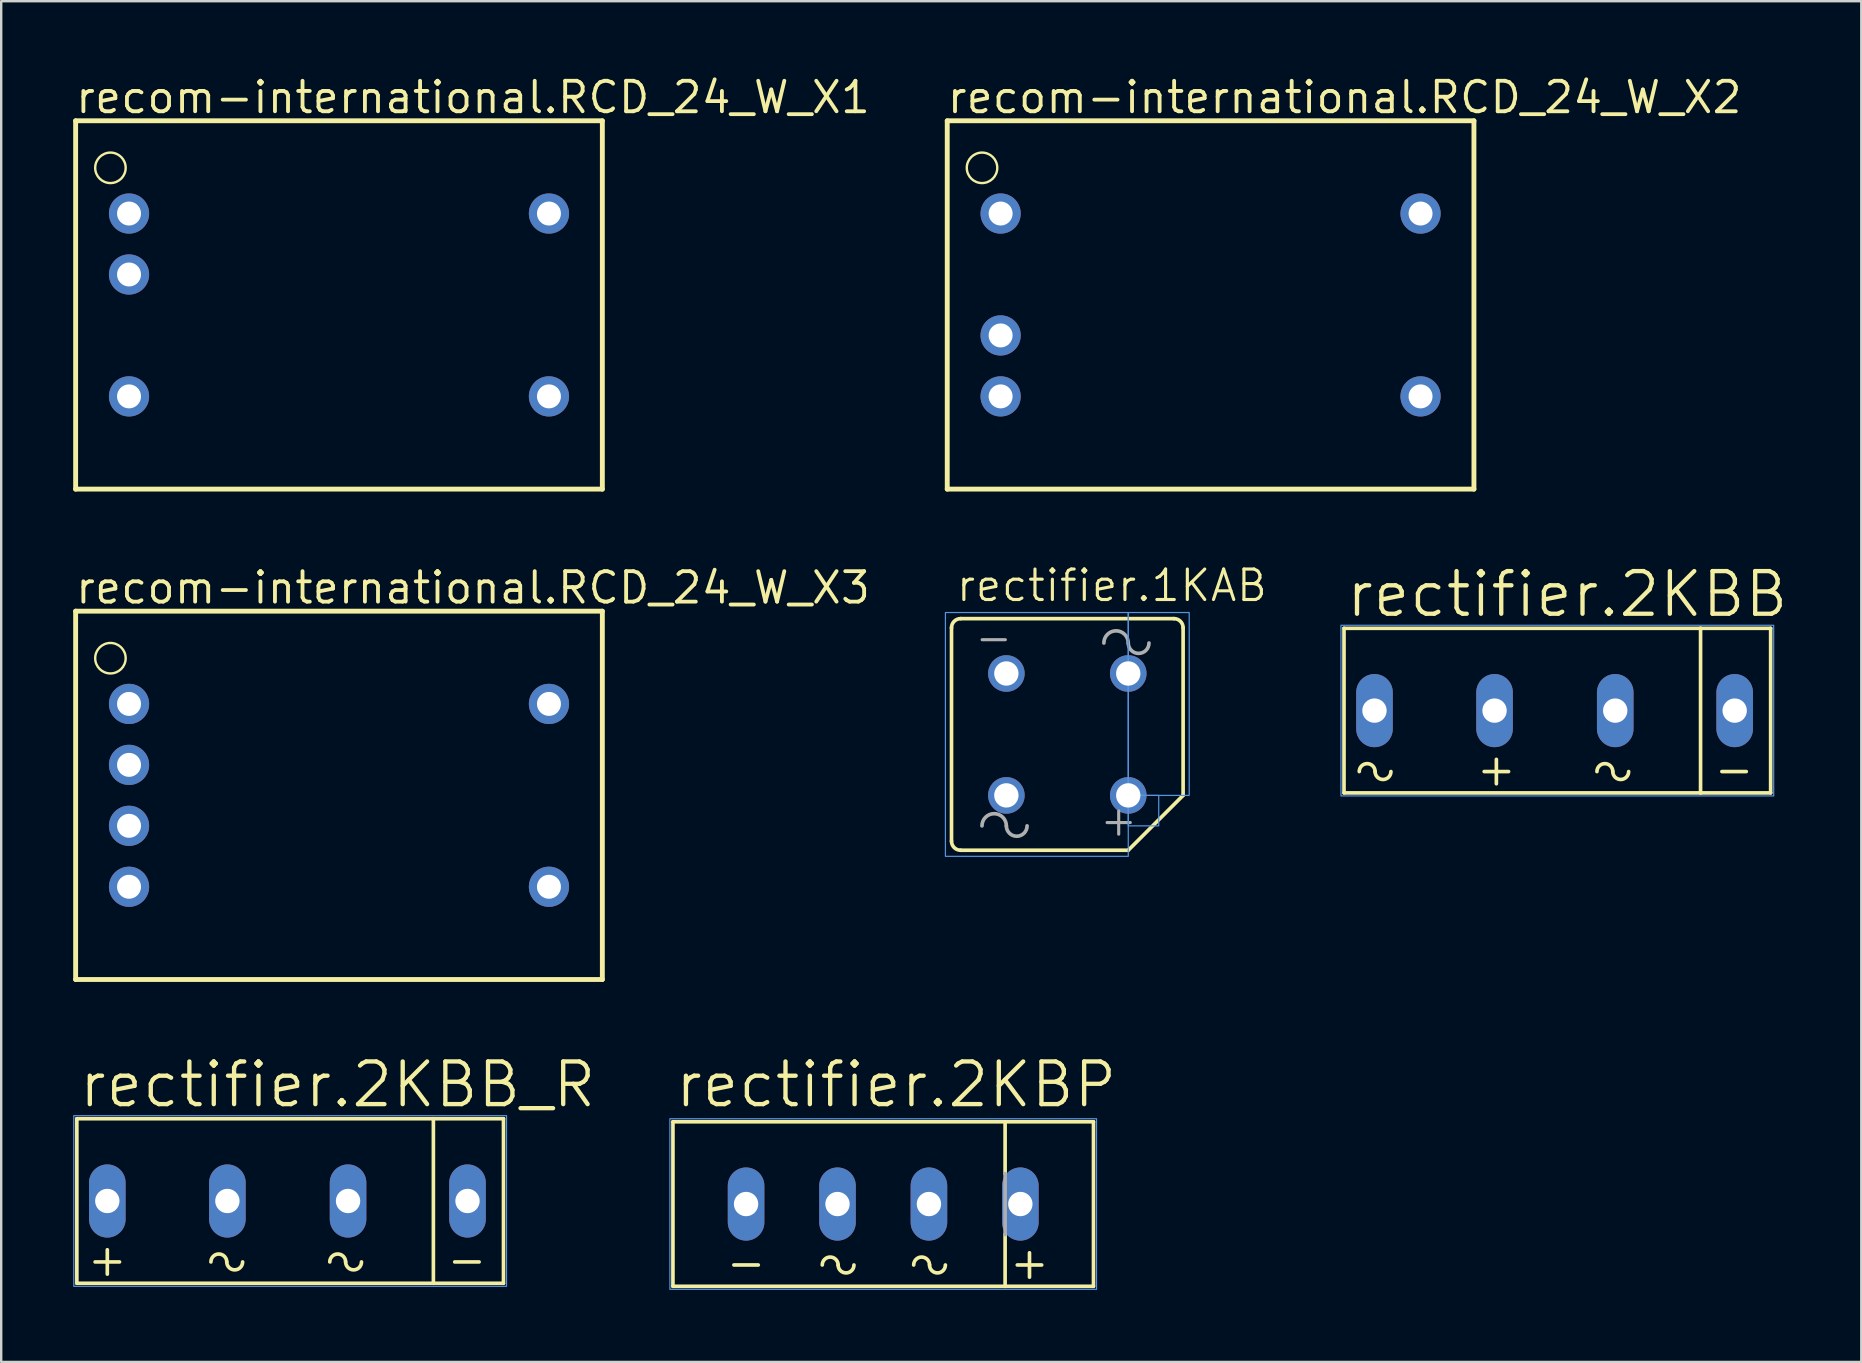
<source format=kicad_pcb>
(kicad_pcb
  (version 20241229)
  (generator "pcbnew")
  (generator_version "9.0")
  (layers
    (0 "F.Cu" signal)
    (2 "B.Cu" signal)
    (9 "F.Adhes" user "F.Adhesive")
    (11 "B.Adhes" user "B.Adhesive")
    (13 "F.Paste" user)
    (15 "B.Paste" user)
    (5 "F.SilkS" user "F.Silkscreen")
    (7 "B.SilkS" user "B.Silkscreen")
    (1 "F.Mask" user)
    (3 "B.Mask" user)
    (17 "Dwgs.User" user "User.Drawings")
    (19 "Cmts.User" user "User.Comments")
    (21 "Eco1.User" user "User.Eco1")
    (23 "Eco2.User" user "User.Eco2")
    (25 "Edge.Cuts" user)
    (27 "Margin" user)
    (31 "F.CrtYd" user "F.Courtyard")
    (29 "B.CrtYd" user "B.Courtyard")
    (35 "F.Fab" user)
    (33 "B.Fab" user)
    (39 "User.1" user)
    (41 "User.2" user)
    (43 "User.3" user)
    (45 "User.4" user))
  (footprint "rectifier.2KBB_R"
    (layer "F.Cu")
    (at 9.042 47)
    (property "Reference" "rectifier.2KBB_R" (at -8.89 -3.81 0) (layer "F.SilkS") (effects (font (size 1.778 1.778) (thickness 0.18)) (justify left bottom)))
    (attr through_hole)
    (fp_line (start -8.89 -3.429) (end 5.969 -3.429) (stroke (width 0.152) (type default)) (layer "F.SilkS"))
    (fp_line (start -8.89 3.429) (end -8.89 -3.429) (stroke (width 0.152) (type default)) (layer "F.SilkS"))
    (fp_line (start -8.128 2.54) (end -7.112 2.54) (stroke (width 0.152) (type default)) (layer "F.SilkS"))
    (fp_line (start -7.62 3.048) (end -7.62 2.032) (stroke (width 0.152) (type default)) (layer "F.SilkS"))
    (fp_line (start 5.969 -3.429) (end 5.969 3.429) (stroke (width 0.152) (type default)) (layer "F.SilkS"))
    (fp_line (start 5.969 -3.429) (end 8.89 -3.429) (stroke (width 0.152) (type default)) (layer "F.SilkS"))
    (fp_line (start 5.969 3.429) (end -8.89 3.429) (stroke (width 0.152) (type default)) (layer "F.SilkS"))
    (fp_line (start 6.858 2.54) (end 7.874 2.54) (stroke (width 0.152) (type default)) (layer "F.SilkS"))
    (fp_line (start 8.89 -3.429) (end 8.89 3.429) (stroke (width 0.152) (type default)) (layer "F.SilkS"))
    (fp_line (start 8.89 3.429) (end 5.969 3.429) (stroke (width 0.152) (type default)) (layer "F.SilkS"))
    (fp_arc (start -3.302 2.54) (mid -2.9718 2.2098) (end -2.6416 2.54) (stroke (width 0.1524) (type default)) (layer "F.SilkS"))
    (fp_arc (start -1.9812 2.54) (mid -2.3114 2.8702) (end -2.6416 2.54) (stroke (width 0.1524) (type default)) (layer "F.SilkS"))
    (fp_arc (start 1.651 2.54) (mid 1.9812 2.2098) (end 2.3114 2.54) (stroke (width 0.1524) (type default)) (layer "F.SilkS"))
    (fp_arc (start 2.9718 2.54) (mid 2.6416 2.8702) (end 2.3114 2.54) (stroke (width 0.1524) (type default)) (layer "F.SilkS"))
    (fp_rect (start -9.017 3.556) (end 9.017 -3.556) (stroke (width 0.05) (type default)) (fill no) (layer "Cmts.User"))
    (pad "+" thru_hole oval (at -7.62 0 90) (size 3.048 1.524) (drill 1.016) (layers "*.Cu" "*.Mask"))
    (pad "-" thru_hole oval (at 7.391 0 90) (size 3.048 1.524) (drill 1.016) (layers "*.Cu" "*.Mask"))
    (pad "AC1" thru_hole oval (at -2.616 0 90) (size 3.048 1.524) (drill 1.016) (layers "*.Cu" "*.Mask"))
    (pad "AC2" thru_hole oval (at 2.413 0 90) (size 3.048 1.524) (drill 1.016) (layers "*.Cu" "*.Mask")))
  (footprint "recom-international.RCD_24_W_X3"
    (layer "F.Cu")
    (at 11.077 30.095)
    (property "Reference" "recom-international.RCD_24_W_X3" (at -11.059 -7.909 0) (layer "F.SilkS") (effects (font (size 1.27 1.27) (thickness 0.16)) (justify left bottom)))
    (attr through_hole)
    (fp_line (start -10.975 -7.675) (end 10.975 -7.675) (stroke (width 0.203) (type default)) (layer "F.SilkS"))
    (fp_line (start -10.975 7.675) (end -10.975 -7.675) (stroke (width 0.203) (type default)) (layer "F.SilkS"))
    (fp_line (start 10.975 -7.675) (end 10.975 7.675) (stroke (width 0.203) (type default)) (layer "F.SilkS"))
    (fp_line (start 10.975 7.675) (end -10.975 7.675) (stroke (width 0.203) (type default)) (layer "F.SilkS"))
    (fp_circle (center -9.525 -5.715) (end -8.89 -5.715) (stroke (width 0.1) (type default)) (fill no) (layer "F.SilkS"))
    (pad "1" thru_hole circle (at -8.75 -3.81) (size 1.676 1.676) (drill 1) (layers "*.Cu" "*.Mask"))
    (pad "2" thru_hole circle (at -8.75 -1.27) (size 1.676 1.676) (drill 1) (layers "*.Cu" "*.Mask"))
    (pad "3" thru_hole circle (at -8.75 1.27) (size 1.676 1.676) (drill 1) (layers "*.Cu" "*.Mask"))
    (pad "4" thru_hole circle (at -8.75 3.81) (size 1.676 1.676) (drill 1) (layers "*.Cu" "*.Mask"))
    (pad "5" thru_hole circle (at 8.75 3.81 180) (size 1.676 1.676) (drill 1) (layers "*.Cu" "*.Mask"))
    (pad "6" thru_hole circle (at 8.75 -3.81 180) (size 1.676 1.676) (drill 1) (layers "*.Cu" "*.Mask")))
  (footprint "rectifier.1KAB"
    (layer "F.Cu")
    (at 41.429 27.557)
    (property "Reference" "rectifier.1KAB" (at -4.699 -5.461 0) (layer "F.SilkS") (effects (font (size 1.27 1.27) (thickness 0.13)) (justify left bottom)))
    (attr through_hole)
    (fp_line (start -4.826 4.445) (end -4.826 -4.445) (stroke (width 0.152) (type default)) (layer "F.SilkS"))
    (fp_line (start -4.445 4.826) (end 2.54 4.826) (stroke (width 0.152) (type default)) (layer "F.SilkS"))
    (fp_line (start 2.54 4.826) (end 4.826 2.54) (stroke (width 0.152) (type default)) (layer "F.SilkS"))
    (fp_line (start 4.445 -4.826) (end -4.445 -4.826) (stroke (width 0.152) (type default)) (layer "F.SilkS"))
    (fp_line (start 4.826 2.54) (end 4.826 -4.445) (stroke (width 0.152) (type default)) (layer "F.SilkS"))
    (fp_arc (start -4.826 -4.445) (mid -4.714408 -4.714408) (end -4.445 -4.826) (stroke (width 0.1524) (type default)) (layer "F.SilkS"))
    (fp_arc (start -4.445 4.826) (mid -4.714408 4.714408) (end -4.826 4.445) (stroke (width 0.1524) (type default)) (layer "F.SilkS"))
    (fp_arc (start 4.445 -4.826) (mid 4.714408 -4.714408) (end 4.826 -4.445) (stroke (width 0.1524) (type default)) (layer "F.SilkS"))
    (fp_rect (start -5.08 5.08) (end 2.54 -5.08) (stroke (width 0.05) (type default)) (fill no) (layer "Cmts.User"))
    (fp_rect (start 2.54 2.54) (end 5.08 -5.08) (stroke (width 0.05) (type default)) (fill no) (layer "Cmts.User"))
    (fp_rect (start 2.54 3.81) (end 3.81 2.54) (stroke (width 0.05) (type default)) (fill no) (layer "Cmts.User"))
    (fp_arc (start -3.556 3.81) (mid -3.048 3.302) (end -2.54 3.81) (stroke (width 0.1524) (type default)) (layer "F.Fab"))
    (fp_arc (start -1.6764 3.81) (mid -2.1082 4.2418) (end -2.54 3.81) (stroke (width 0.1524) (type default)) (layer "F.Fab"))
    (fp_arc (start 1.524 -3.81) (mid 2.032 -4.318) (end 2.54 -3.81) (stroke (width 0.1524) (type default)) (layer "F.Fab"))
    (fp_arc (start 3.4036 -3.81) (mid 2.9718 -3.3782) (end 2.54 -3.81) (stroke (width 0.1524) (type default)) (layer "F.Fab"))
    (fp_text user "-" (at -3.937 -3.302 0) (layer "F.Fab") (effects (font (size 1.27 1.27) (thickness 0.13)) (justify left bottom)))
    (fp_text user "+" (at 1.27 4.318 0) (layer "F.Fab") (effects (font (size 1.27 1.27) (thickness 0.13)) (justify left bottom)))
    (pad "+" thru_hole circle (at 2.54 2.54) (size 1.524 1.524) (drill 1.016) (layers "*.Cu" "*.Mask"))
    (pad "-" thru_hole circle (at -2.54 -2.54) (size 1.524 1.524) (drill 1.016) (layers "*.Cu" "*.Mask"))
    (pad "AC1" thru_hole circle (at -2.54 2.54) (size 1.524 1.524) (drill 1.016) (layers "*.Cu" "*.Mask"))
    (pad "AC2" thru_hole circle (at 2.54 -2.54) (size 1.524 1.524) (drill 1.016) (layers "*.Cu" "*.Mask")))
  (footprint "recom-international.RCD_24_W_X2"
    (layer "F.Cu")
    (at 47.4 9.659)
    (property "Reference" "recom-international.RCD_24_W_X2" (at -11.059 -7.909 0) (layer "F.SilkS") (effects (font (size 1.27 1.27) (thickness 0.16)) (justify left bottom)))
    (attr through_hole)
    (fp_line (start -10.975 -7.675) (end 10.975 -7.675) (stroke (width 0.203) (type default)) (layer "F.SilkS"))
    (fp_line (start -10.975 7.675) (end -10.975 -7.675) (stroke (width 0.203) (type default)) (layer "F.SilkS"))
    (fp_line (start 10.975 -7.675) (end 10.975 7.675) (stroke (width 0.203) (type default)) (layer "F.SilkS"))
    (fp_line (start 10.975 7.675) (end -10.975 7.675) (stroke (width 0.203) (type default)) (layer "F.SilkS"))
    (fp_circle (center -9.525 -5.715) (end -8.89 -5.715) (stroke (width 0.1) (type default)) (fill no) (layer "F.SilkS"))
    (pad "1" thru_hole circle (at -8.75 -3.81) (size 1.676 1.676) (drill 1) (layers "*.Cu" "*.Mask"))
    (pad "3" thru_hole circle (at -8.75 1.27) (size 1.676 1.676) (drill 1) (layers "*.Cu" "*.Mask"))
    (pad "4" thru_hole circle (at -8.75 3.81) (size 1.676 1.676) (drill 1) (layers "*.Cu" "*.Mask"))
    (pad "5" thru_hole circle (at 8.75 3.81 180) (size 1.676 1.676) (drill 1) (layers "*.Cu" "*.Mask"))
    (pad "6" thru_hole circle (at 8.75 -3.81 180) (size 1.676 1.676) (drill 1) (layers "*.Cu" "*.Mask")))
  (footprint "rectifier.2KBB"
    (layer "F.Cu")
    (at 61.85 26.564)
    (property "Reference" "rectifier.2KBB" (at -8.89 -3.81 0) (layer "F.SilkS") (effects (font (size 1.778 1.778) (thickness 0.18)) (justify left bottom)))
    (attr through_hole)
    (fp_line (start -8.89 -3.429) (end 5.969 -3.429) (stroke (width 0.152) (type default)) (layer "F.SilkS"))
    (fp_line (start -8.89 3.429) (end -8.89 -3.429) (stroke (width 0.152) (type default)) (layer "F.SilkS"))
    (fp_line (start -3.048 2.54) (end -2.032 2.54) (stroke (width 0.152) (type default)) (layer "F.SilkS"))
    (fp_line (start -2.54 3.048) (end -2.54 2.032) (stroke (width 0.152) (type default)) (layer "F.SilkS"))
    (fp_line (start 5.969 -3.429) (end 5.969 3.429) (stroke (width 0.152) (type default)) (layer "F.SilkS"))
    (fp_line (start 5.969 -3.429) (end 8.89 -3.429) (stroke (width 0.152) (type default)) (layer "F.SilkS"))
    (fp_line (start 5.969 3.429) (end -8.89 3.429) (stroke (width 0.152) (type default)) (layer "F.SilkS"))
    (fp_line (start 6.858 2.54) (end 7.874 2.54) (stroke (width 0.152) (type default)) (layer "F.SilkS"))
    (fp_line (start 8.89 -3.429) (end 8.89 3.429) (stroke (width 0.152) (type default)) (layer "F.SilkS"))
    (fp_line (start 8.89 3.429) (end 5.969 3.429) (stroke (width 0.152) (type default)) (layer "F.SilkS"))
    (fp_arc (start -8.255 2.54) (mid -7.9248 2.2098) (end -7.5946 2.54) (stroke (width 0.1524) (type default)) (layer "F.SilkS"))
    (fp_arc (start -6.9342 2.54) (mid -7.2644 2.8702) (end -7.5946 2.54) (stroke (width 0.1524) (type default)) (layer "F.SilkS"))
    (fp_arc (start 1.651 2.54) (mid 1.9812 2.2098) (end 2.3114 2.54) (stroke (width 0.1524) (type default)) (layer "F.SilkS"))
    (fp_arc (start 2.9718 2.54) (mid 2.6416 2.8702) (end 2.3114 2.54) (stroke (width 0.1524) (type default)) (layer "F.SilkS"))
    (fp_rect (start -9.017 3.556) (end 9.017 -3.556) (stroke (width 0.05) (type default)) (fill no) (layer "Cmts.User"))
    (pad "+" thru_hole oval (at -2.616 0 90) (size 3.048 1.524) (drill 1.016) (layers "*.Cu" "*.Mask"))
    (pad "-" thru_hole oval (at 7.391 0 90) (size 3.048 1.524) (drill 1.016) (layers "*.Cu" "*.Mask"))
    (pad "AC1" thru_hole oval (at -7.62 0 90) (size 3.048 1.524) (drill 1.016) (layers "*.Cu" "*.Mask"))
    (pad "AC2" thru_hole oval (at 2.413 0 90) (size 3.048 1.524) (drill 1.016) (layers "*.Cu" "*.Mask")))
  (footprint "rectifier.2KBP"
    (layer "F.Cu")
    (at 33.757 47.127)
    (property "Reference" "rectifier.2KBP" (at -8.763 -3.937 0) (layer "F.SilkS") (effects (font (size 1.778 1.778) (thickness 0.18)) (justify left bottom)))
    (attr through_hole)
    (fp_line (start -8.763 -3.429) (end 5.08 -3.429) (stroke (width 0.152) (type default)) (layer "F.SilkS"))
    (fp_line (start -8.763 3.429) (end -8.763 -3.429) (stroke (width 0.152) (type default)) (layer "F.SilkS"))
    (fp_line (start -6.223 2.54) (end -5.207 2.54) (stroke (width 0.152) (type default)) (layer "F.SilkS"))
    (fp_line (start 5.08 -3.429) (end 5.08 -1.27) (stroke (width 0.152) (type default)) (layer "F.SilkS"))
    (fp_line (start 5.08 -3.429) (end 8.763 -3.429) (stroke (width 0.152) (type default)) (layer "F.SilkS"))
    (fp_line (start 5.08 1.27) (end 5.08 3.429) (stroke (width 0.152) (type default)) (layer "F.SilkS"))
    (fp_line (start 5.08 3.429) (end -8.763 3.429) (stroke (width 0.152) (type default)) (layer "F.SilkS"))
    (fp_line (start 5.588 2.54) (end 6.604 2.54) (stroke (width 0.152) (type default)) (layer "F.SilkS"))
    (fp_line (start 6.096 3.048) (end 6.096 2.032) (stroke (width 0.152) (type default)) (layer "F.SilkS"))
    (fp_line (start 8.763 -3.429) (end 8.763 3.429) (stroke (width 0.152) (type default)) (layer "F.SilkS"))
    (fp_line (start 8.763 3.429) (end 5.08 3.429) (stroke (width 0.152) (type default)) (layer "F.SilkS"))
    (fp_arc (start -2.54 2.54) (mid -2.2098 2.2098) (end -1.8796 2.54) (stroke (width 0.1524) (type default)) (layer "F.SilkS"))
    (fp_arc (start -1.2192 2.54) (mid -1.5494 2.8702) (end -1.8796 2.54) (stroke (width 0.1524) (type default)) (layer "F.SilkS"))
    (fp_arc (start 1.27 2.54) (mid 1.6002 2.2098) (end 1.9304 2.54) (stroke (width 0.1524) (type default)) (layer "F.SilkS"))
    (fp_arc (start 2.5908 2.54) (mid 2.2606 2.8702) (end 1.9304 2.54) (stroke (width 0.1524) (type default)) (layer "F.SilkS"))
    (fp_rect (start -8.89 3.556) (end 8.89 -3.556) (stroke (width 0.05) (type default)) (fill no) (layer "Cmts.User"))
    (fp_line (start 5.08 1.27) (end 5.08 -1.27) (stroke (width 0.152) (type default)) (layer "F.Fab"))
    (pad "+" thru_hole oval (at 5.715 0 90) (size 3.048 1.524) (drill 1.016) (layers "*.Cu" "*.Mask"))
    (pad "-" thru_hole oval (at -5.715 0 90) (size 3.048 1.524) (drill 1.016) (layers "*.Cu" "*.Mask"))
    (pad "AC1" thru_hole oval (at -1.905 0 90) (size 3.048 1.524) (drill 1.016) (layers "*.Cu" "*.Mask"))
    (pad "AC2" thru_hole oval (at 1.905 0 90) (size 3.048 1.524) (drill 1.016) (layers "*.Cu" "*.Mask")))
  (footprint "recom-international.RCD_24_W_X1"
    (layer "F.Cu")
    (at 11.077 9.659)
    (property "Reference" "recom-international.RCD_24_W_X1" (at -11.059 -7.909 0) (layer "F.SilkS") (effects (font (size 1.27 1.27) (thickness 0.16)) (justify left bottom)))
    (attr through_hole)
    (fp_line (start -10.975 -7.675) (end 10.975 -7.675) (stroke (width 0.203) (type default)) (layer "F.SilkS"))
    (fp_line (start -10.975 7.675) (end -10.975 -7.675) (stroke (width 0.203) (type default)) (layer "F.SilkS"))
    (fp_line (start 10.975 -7.675) (end 10.975 7.675) (stroke (width 0.203) (type default)) (layer "F.SilkS"))
    (fp_line (start 10.975 7.675) (end -10.975 7.675) (stroke (width 0.203) (type default)) (layer "F.SilkS"))
    (fp_circle (center -9.525 -5.715) (end -8.89 -5.715) (stroke (width 0.1) (type default)) (fill no) (layer "F.SilkS"))
    (pad "1" thru_hole circle (at -8.75 -3.81) (size 1.676 1.676) (drill 1) (layers "*.Cu" "*.Mask"))
    (pad "2" thru_hole circle (at -8.75 -1.27) (size 1.676 1.676) (drill 1) (layers "*.Cu" "*.Mask"))
    (pad "4" thru_hole circle (at -8.75 3.81) (size 1.676 1.676) (drill 1) (layers "*.Cu" "*.Mask"))
    (pad "5" thru_hole circle (at 8.75 3.81 180) (size 1.676 1.676) (drill 1) (layers "*.Cu" "*.Mask"))
    (pad "6" thru_hole circle (at 8.75 -3.81 180) (size 1.676 1.676) (drill 1) (layers "*.Cu" "*.Mask")))
  (gr_rect
    (start -3 -3)
    (end 74.517 53.708)
    (stroke (width 0.1) (type default))
    (fill no)
    (layer "Edge.Cuts")))
</source>
